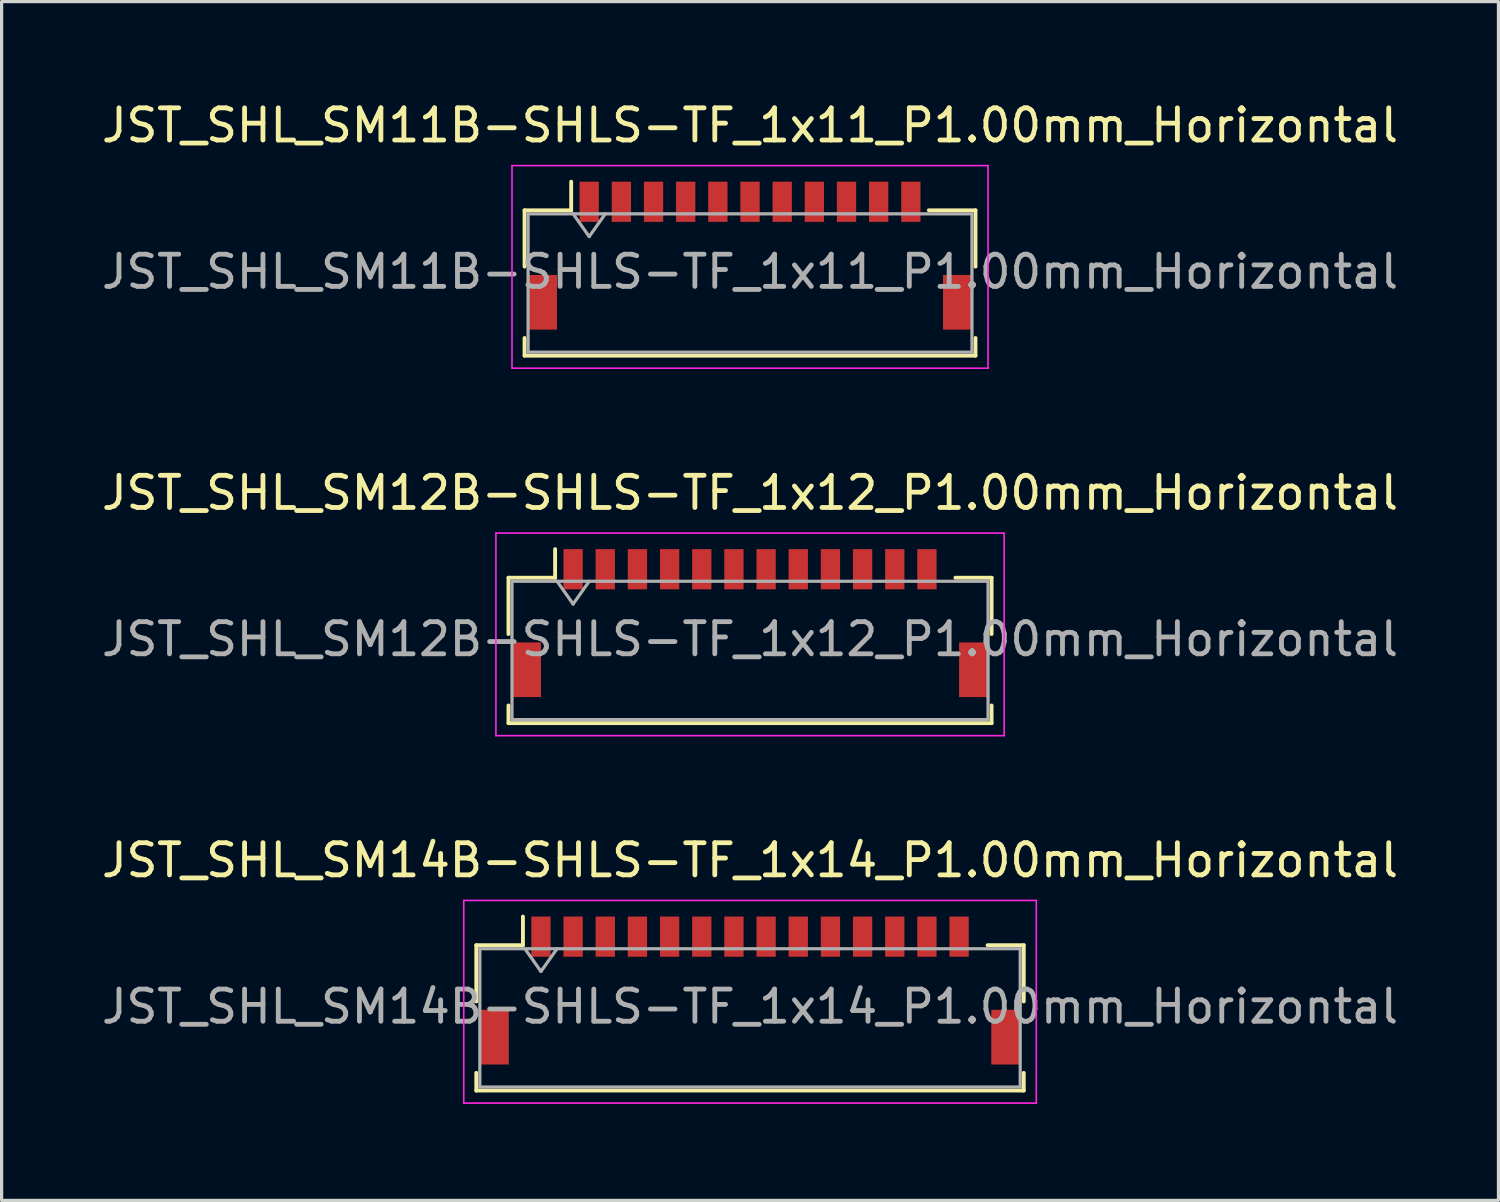
<source format=kicad_pcb>
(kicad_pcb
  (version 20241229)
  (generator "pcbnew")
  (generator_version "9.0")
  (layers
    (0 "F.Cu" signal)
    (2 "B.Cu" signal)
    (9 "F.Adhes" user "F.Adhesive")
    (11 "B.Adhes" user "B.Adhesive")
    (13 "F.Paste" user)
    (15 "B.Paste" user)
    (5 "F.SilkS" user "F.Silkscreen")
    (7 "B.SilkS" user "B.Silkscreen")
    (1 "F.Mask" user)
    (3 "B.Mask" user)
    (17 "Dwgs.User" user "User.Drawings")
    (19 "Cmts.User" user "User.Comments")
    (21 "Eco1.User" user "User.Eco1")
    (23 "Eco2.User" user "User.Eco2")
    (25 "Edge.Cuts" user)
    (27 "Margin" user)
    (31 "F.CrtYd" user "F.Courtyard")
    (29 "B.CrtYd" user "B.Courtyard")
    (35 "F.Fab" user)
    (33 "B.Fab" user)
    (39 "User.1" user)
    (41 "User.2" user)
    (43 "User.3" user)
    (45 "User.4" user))
  (footprint "JST_SHL_SM12B-SHLS-TF_1x12_P1.00mm_Horizontal"
    (layer "F.Cu")
    (at 20.268 16.322)
    (property "Reference" "JST_SHL_SM12B-SHLS-TF_1x12_P1.00mm_Horizontal" (at 0 -4.05 0) (layer "F.SilkS") (effects (font (size 1 1) (thickness 0.15))))
    (attr smd)
    (fp_line (start -7.51 -1.41) (end -6.06 -1.41) (stroke (width 0.12) (type solid)) (layer "F.SilkS"))
    (fp_line (start -7.51 0.34) (end -7.51 -1.41) (stroke (width 0.12) (type solid)) (layer "F.SilkS"))
    (fp_line (start -7.51 2.56) (end -7.51 3.11) (stroke (width 0.12) (type solid)) (layer "F.SilkS"))
    (fp_line (start -7.51 3.11) (end 7.51 3.11) (stroke (width 0.12) (type solid)) (layer "F.SilkS"))
    (fp_line (start -6.06 -1.41) (end -6.06 -2.3) (stroke (width 0.12) (type solid)) (layer "F.SilkS"))
    (fp_line (start 7.51 -1.41) (end 6.385 -1.41) (stroke (width 0.12) (type solid)) (layer "F.SilkS"))
    (fp_line (start 7.51 0.34) (end 7.51 -1.41) (stroke (width 0.12) (type solid)) (layer "F.SilkS"))
    (fp_line (start 7.51 3.11) (end 7.51 2.56) (stroke (width 0.12) (type solid)) (layer "F.SilkS"))
    (fp_line (start -7.9 -2.8) (end -7.9 3.5) (stroke (width 0.05) (type solid)) (layer "F.CrtYd"))
    (fp_line (start -7.9 3.5) (end 7.9 3.5) (stroke (width 0.05) (type solid)) (layer "F.CrtYd"))
    (fp_line (start 7.9 -2.8) (end -7.9 -2.8) (stroke (width 0.05) (type solid)) (layer "F.CrtYd"))
    (fp_line (start 7.9 3.5) (end 7.9 -2.8) (stroke (width 0.05) (type solid)) (layer "F.CrtYd"))
    (fp_line (start -7.4 -1.3) (end -7.4 3) (stroke (width 0.1) (type solid)) (layer "F.Fab"))
    (fp_line (start -7.4 3) (end 7.4 3) (stroke (width 0.1) (type solid)) (layer "F.Fab"))
    (fp_line (start -6 -1.3) (end -5.5 -0.593) (stroke (width 0.1) (type solid)) (layer "F.Fab"))
    (fp_line (start -5.5 -0.593) (end -5 -1.3) (stroke (width 0.1) (type solid)) (layer "F.Fab"))
    (fp_line (start 7.4 -1.3) (end -7.4 -1.3) (stroke (width 0.1) (type solid)) (layer "F.Fab"))
    (fp_line (start 7.4 3) (end 7.4 -1.3) (stroke (width 0.1) (type solid)) (layer "F.Fab"))
    (fp_text user "${REFERENCE}" (at 0 0.5 0) (layer "F.Fab") (effects (font (size 1 1) (thickness 0.15))))
    (pad "" smd rect (at -6.95 1.45) (size 0.9 1.7) (layers "F.Cu" "F.Mask" "F.Paste"))
    (pad "" smd rect (at 6.95 1.45) (size 0.9 1.7) (layers "F.Cu" "F.Mask" "F.Paste"))
    (pad "1" smd rect (at -5.5 -1.675) (size 0.6 1.25) (layers "F.Cu" "F.Mask" "F.Paste"))
    (pad "2" smd rect (at -4.5 -1.675) (size 0.6 1.25) (layers "F.Cu" "F.Mask" "F.Paste"))
    (pad "3" smd rect (at -3.5 -1.675) (size 0.6 1.25) (layers "F.Cu" "F.Mask" "F.Paste"))
    (pad "4" smd rect (at -2.5 -1.675) (size 0.6 1.25) (layers "F.Cu" "F.Mask" "F.Paste"))
    (pad "5" smd rect (at -1.5 -1.675) (size 0.6 1.25) (layers "F.Cu" "F.Mask" "F.Paste"))
    (pad "6" smd rect (at -0.5 -1.675) (size 0.6 1.25) (layers "F.Cu" "F.Mask" "F.Paste"))
    (pad "7" smd rect (at 0.5 -1.675) (size 0.6 1.25) (layers "F.Cu" "F.Mask" "F.Paste"))
    (pad "8" smd rect (at 1.5 -1.675) (size 0.6 1.25) (layers "F.Cu" "F.Mask" "F.Paste"))
    (pad "9" smd rect (at 2.5 -1.675) (size 0.6 1.25) (layers "F.Cu" "F.Mask" "F.Paste"))
    (pad "10" smd rect (at 3.5 -1.675) (size 0.6 1.25) (layers "F.Cu" "F.Mask" "F.Paste"))
    (pad "11" smd rect (at 4.5 -1.675) (size 0.6 1.25) (layers "F.Cu" "F.Mask" "F.Paste"))
    (pad "12" smd rect (at 5.5 -1.675) (size 0.6 1.25) (layers "F.Cu" "F.Mask" "F.Paste")))
  (footprint "JST_SHL_SM14B-SHLS-TF_1x14_P1.00mm_Horizontal"
    (layer "F.Cu")
    (at 20.268 27.745)
    (property "Reference" "JST_SHL_SM14B-SHLS-TF_1x14_P1.00mm_Horizontal" (at 0 -4.05 0) (layer "F.SilkS") (effects (font (size 1 1) (thickness 0.15))))
    (attr smd)
    (fp_line (start -8.51 -1.41) (end -7.06 -1.41) (stroke (width 0.12) (type solid)) (layer "F.SilkS"))
    (fp_line (start -8.51 0.34) (end -8.51 -1.41) (stroke (width 0.12) (type solid)) (layer "F.SilkS"))
    (fp_line (start -8.51 2.56) (end -8.51 3.11) (stroke (width 0.12) (type solid)) (layer "F.SilkS"))
    (fp_line (start -8.51 3.11) (end 8.51 3.11) (stroke (width 0.12) (type solid)) (layer "F.SilkS"))
    (fp_line (start -7.06 -1.41) (end -7.06 -2.3) (stroke (width 0.12) (type solid)) (layer "F.SilkS"))
    (fp_line (start 8.51 -1.41) (end 7.385 -1.41) (stroke (width 0.12) (type solid)) (layer "F.SilkS"))
    (fp_line (start 8.51 0.34) (end 8.51 -1.41) (stroke (width 0.12) (type solid)) (layer "F.SilkS"))
    (fp_line (start 8.51 3.11) (end 8.51 2.56) (stroke (width 0.12) (type solid)) (layer "F.SilkS"))
    (fp_line (start -8.9 -2.8) (end -8.9 3.5) (stroke (width 0.05) (type solid)) (layer "F.CrtYd"))
    (fp_line (start -8.9 3.5) (end 8.9 3.5) (stroke (width 0.05) (type solid)) (layer "F.CrtYd"))
    (fp_line (start 8.9 -2.8) (end -8.9 -2.8) (stroke (width 0.05) (type solid)) (layer "F.CrtYd"))
    (fp_line (start 8.9 3.5) (end 8.9 -2.8) (stroke (width 0.05) (type solid)) (layer "F.CrtYd"))
    (fp_line (start -8.4 -1.3) (end -8.4 3) (stroke (width 0.1) (type solid)) (layer "F.Fab"))
    (fp_line (start -8.4 3) (end 8.4 3) (stroke (width 0.1) (type solid)) (layer "F.Fab"))
    (fp_line (start -7 -1.3) (end -6.5 -0.593) (stroke (width 0.1) (type solid)) (layer "F.Fab"))
    (fp_line (start -6.5 -0.593) (end -6 -1.3) (stroke (width 0.1) (type solid)) (layer "F.Fab"))
    (fp_line (start 8.4 -1.3) (end -8.4 -1.3) (stroke (width 0.1) (type solid)) (layer "F.Fab"))
    (fp_line (start 8.4 3) (end 8.4 -1.3) (stroke (width 0.1) (type solid)) (layer "F.Fab"))
    (fp_text user "${REFERENCE}" (at 0 0.5 0) (layer "F.Fab") (effects (font (size 1 1) (thickness 0.15))))
    (pad "" smd rect (at -7.95 1.45) (size 0.9 1.7) (layers "F.Cu" "F.Mask" "F.Paste"))
    (pad "" smd rect (at 7.95 1.45) (size 0.9 1.7) (layers "F.Cu" "F.Mask" "F.Paste"))
    (pad "1" smd rect (at -6.5 -1.675) (size 0.6 1.25) (layers "F.Cu" "F.Mask" "F.Paste"))
    (pad "2" smd rect (at -5.5 -1.675) (size 0.6 1.25) (layers "F.Cu" "F.Mask" "F.Paste"))
    (pad "3" smd rect (at -4.5 -1.675) (size 0.6 1.25) (layers "F.Cu" "F.Mask" "F.Paste"))
    (pad "4" smd rect (at -3.5 -1.675) (size 0.6 1.25) (layers "F.Cu" "F.Mask" "F.Paste"))
    (pad "5" smd rect (at -2.5 -1.675) (size 0.6 1.25) (layers "F.Cu" "F.Mask" "F.Paste"))
    (pad "6" smd rect (at -1.5 -1.675) (size 0.6 1.25) (layers "F.Cu" "F.Mask" "F.Paste"))
    (pad "7" smd rect (at -0.5 -1.675) (size 0.6 1.25) (layers "F.Cu" "F.Mask" "F.Paste"))
    (pad "8" smd rect (at 0.5 -1.675) (size 0.6 1.25) (layers "F.Cu" "F.Mask" "F.Paste"))
    (pad "9" smd rect (at 1.5 -1.675) (size 0.6 1.25) (layers "F.Cu" "F.Mask" "F.Paste"))
    (pad "10" smd rect (at 2.5 -1.675) (size 0.6 1.25) (layers "F.Cu" "F.Mask" "F.Paste"))
    (pad "11" smd rect (at 3.5 -1.675) (size 0.6 1.25) (layers "F.Cu" "F.Mask" "F.Paste"))
    (pad "12" smd rect (at 4.5 -1.675) (size 0.6 1.25) (layers "F.Cu" "F.Mask" "F.Paste"))
    (pad "13" smd rect (at 5.5 -1.675) (size 0.6 1.25) (layers "F.Cu" "F.Mask" "F.Paste"))
    (pad "14" smd rect (at 6.5 -1.675) (size 0.6 1.25) (layers "F.Cu" "F.Mask" "F.Paste")))
  (footprint "JST_SHL_SM11B-SHLS-TF_1x11_P1.00mm_Horizontal"
    (layer "F.Cu")
    (at 20.268 4.898)
    (property "Reference" "JST_SHL_SM11B-SHLS-TF_1x11_P1.00mm_Horizontal" (at 0 -4.05 0) (layer "F.SilkS") (effects (font (size 1 1) (thickness 0.15))))
    (attr smd)
    (fp_line (start -7.01 -1.41) (end -5.56 -1.41) (stroke (width 0.12) (type solid)) (layer "F.SilkS"))
    (fp_line (start -7.01 0.34) (end -7.01 -1.41) (stroke (width 0.12) (type solid)) (layer "F.SilkS"))
    (fp_line (start -7.01 2.56) (end -7.01 3.11) (stroke (width 0.12) (type solid)) (layer "F.SilkS"))
    (fp_line (start -7.01 3.11) (end 7.01 3.11) (stroke (width 0.12) (type solid)) (layer "F.SilkS"))
    (fp_line (start -5.56 -1.41) (end -5.56 -2.3) (stroke (width 0.12) (type solid)) (layer "F.SilkS"))
    (fp_line (start 7.01 -1.41) (end 5.56 -1.41) (stroke (width 0.12) (type solid)) (layer "F.SilkS"))
    (fp_line (start 7.01 0.34) (end 7.01 -1.41) (stroke (width 0.12) (type solid)) (layer "F.SilkS"))
    (fp_line (start 7.01 3.11) (end 7.01 2.56) (stroke (width 0.12) (type solid)) (layer "F.SilkS"))
    (fp_line (start -7.4 -2.8) (end -7.4 3.5) (stroke (width 0.05) (type solid)) (layer "F.CrtYd"))
    (fp_line (start -7.4 3.5) (end 7.4 3.5) (stroke (width 0.05) (type solid)) (layer "F.CrtYd"))
    (fp_line (start 7.4 -2.8) (end -7.4 -2.8) (stroke (width 0.05) (type solid)) (layer "F.CrtYd"))
    (fp_line (start 7.4 3.5) (end 7.4 -2.8) (stroke (width 0.05) (type solid)) (layer "F.CrtYd"))
    (fp_line (start -6.9 -1.3) (end -6.9 3) (stroke (width 0.1) (type solid)) (layer "F.Fab"))
    (fp_line (start -6.9 -1.3) (end 6.9 -1.3) (stroke (width 0.1) (type solid)) (layer "F.Fab"))
    (fp_line (start -6.9 3) (end 6.9 3) (stroke (width 0.1) (type solid)) (layer "F.Fab"))
    (fp_line (start -5.5 -1.3) (end -5 -0.593) (stroke (width 0.1) (type solid)) (layer "F.Fab"))
    (fp_line (start -5 -0.593) (end -4.5 -1.3) (stroke (width 0.1) (type solid)) (layer "F.Fab"))
    (fp_line (start 6.9 -1.3) (end 6.9 3) (stroke (width 0.1) (type solid)) (layer "F.Fab"))
    (fp_text user "${REFERENCE}" (at 0 0.5 0) (layer "F.Fab") (effects (font (size 1 1) (thickness 0.15))))
    (pad "" smd rect (at -6.45 1.45) (size 0.9 1.7) (layers "F.Cu" "F.Mask" "F.Paste"))
    (pad "" smd rect (at 6.45 1.45) (size 0.9 1.7) (layers "F.Cu" "F.Mask" "F.Paste"))
    (pad "1" smd rect (at -5 -1.675) (size 0.6 1.25) (layers "F.Cu" "F.Mask" "F.Paste"))
    (pad "2" smd rect (at -4 -1.675) (size 0.6 1.25) (layers "F.Cu" "F.Mask" "F.Paste"))
    (pad "3" smd rect (at -3 -1.675) (size 0.6 1.25) (layers "F.Cu" "F.Mask" "F.Paste"))
    (pad "4" smd rect (at -2 -1.675) (size 0.6 1.25) (layers "F.Cu" "F.Mask" "F.Paste"))
    (pad "5" smd rect (at -1 -1.675) (size 0.6 1.25) (layers "F.Cu" "F.Mask" "F.Paste"))
    (pad "6" smd rect (at 0 -1.675) (size 0.6 1.25) (layers "F.Cu" "F.Mask" "F.Paste"))
    (pad "7" smd rect (at 1 -1.675) (size 0.6 1.25) (layers "F.Cu" "F.Mask" "F.Paste"))
    (pad "8" smd rect (at 2 -1.675) (size 0.6 1.25) (layers "F.Cu" "F.Mask" "F.Paste"))
    (pad "9" smd rect (at 3 -1.675) (size 0.6 1.25) (layers "F.Cu" "F.Mask" "F.Paste"))
    (pad "10" smd rect (at 4 -1.675) (size 0.6 1.25) (layers "F.Cu" "F.Mask" "F.Paste"))
    (pad "11" smd rect (at 5 -1.675) (size 0.6 1.25) (layers "F.Cu" "F.Mask" "F.Paste")))
  (gr_rect
    (start -3 -3)
    (end 43.536 34.27)
    (stroke (width 0.1) (type default))
    (fill no)
    (layer "Edge.Cuts")))
</source>
